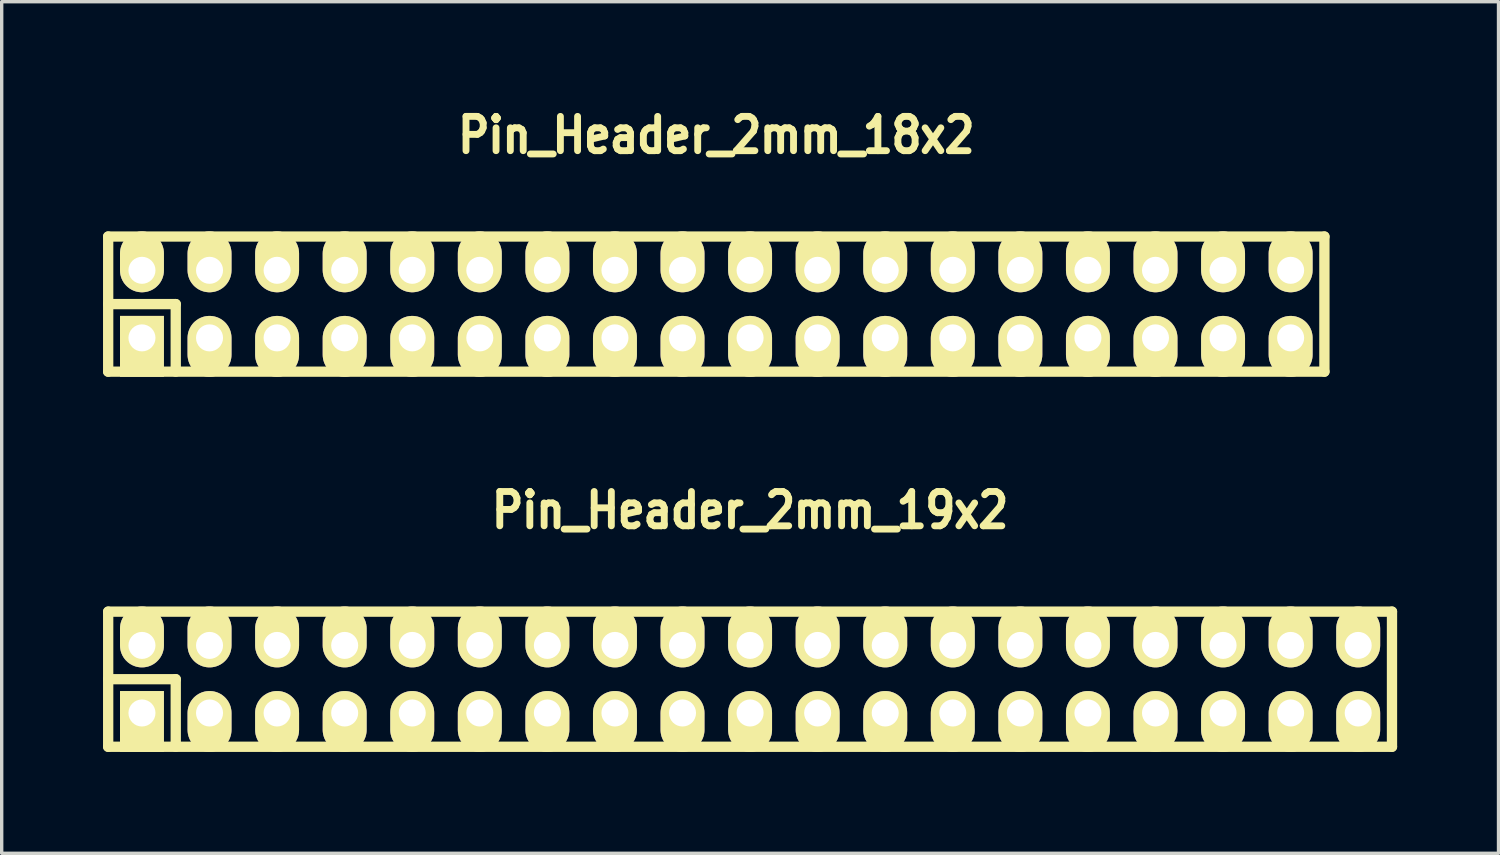
<source format=kicad_pcb>
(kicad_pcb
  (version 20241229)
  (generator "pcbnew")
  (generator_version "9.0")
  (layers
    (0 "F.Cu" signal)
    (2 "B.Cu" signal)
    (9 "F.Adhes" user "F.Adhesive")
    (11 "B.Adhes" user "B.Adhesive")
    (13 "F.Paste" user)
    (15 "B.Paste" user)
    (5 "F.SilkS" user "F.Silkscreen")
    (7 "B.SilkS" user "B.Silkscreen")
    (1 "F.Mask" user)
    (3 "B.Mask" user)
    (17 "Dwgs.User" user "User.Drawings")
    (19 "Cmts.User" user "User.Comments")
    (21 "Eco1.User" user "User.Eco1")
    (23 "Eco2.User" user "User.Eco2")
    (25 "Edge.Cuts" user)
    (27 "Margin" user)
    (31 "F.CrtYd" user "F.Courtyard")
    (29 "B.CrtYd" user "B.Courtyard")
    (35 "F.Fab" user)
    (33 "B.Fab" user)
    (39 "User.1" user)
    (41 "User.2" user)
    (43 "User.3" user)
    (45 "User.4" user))
  (footprint "Pin_Header_2mm_18x2"
    (layer "F.Cu")
    (at 18.152 5.951)
    (property "Reference" "Pin_Header_2mm_18x2" (at 0 -5 0) (layer "F.SilkS") (effects (font (size 1.016 0.889) (thickness 0.203))))
    (attr through_hole)
    (fp_line (start -18 -2) (end 18 -2) (stroke (width 0.305) (type solid)) (layer "F.SilkS"))
    (fp_line (start -18 0) (end -16 0) (stroke (width 0.305) (type solid)) (layer "F.SilkS"))
    (fp_line (start -18 2) (end -18 -2) (stroke (width 0.305) (type solid)) (layer "F.SilkS"))
    (fp_line (start -16 0) (end -16 2) (stroke (width 0.305) (type solid)) (layer "F.SilkS"))
    (fp_line (start 18 -2) (end 18 2) (stroke (width 0.305) (type solid)) (layer "F.SilkS"))
    (fp_line (start 18 2) (end -18 2) (stroke (width 0.305) (type solid)) (layer "F.SilkS"))
    (pad "1" thru_hole rect (at -17 1) (size 1.3 1.8) (drill 0.8 (offset 0 0.25)) (layers "*.Cu" "*.Mask" "F.SilkS"))
    (pad "2" thru_hole oval (at -17 -1) (size 1.3 1.8) (drill 0.8 (offset 0 -0.25)) (layers "*.Cu" "*.Mask" "F.SilkS"))
    (pad "3" thru_hole oval (at -15 1) (size 1.3 1.8) (drill 0.8 (offset 0 0.25)) (layers "*.Cu" "*.Mask" "F.SilkS"))
    (pad "4" thru_hole oval (at -15 -1) (size 1.3 1.8) (drill 0.8 (offset 0 -0.25)) (layers "*.Cu" "*.Mask" "F.SilkS"))
    (pad "5" thru_hole oval (at -13 1) (size 1.3 1.8) (drill 0.8 (offset 0 0.25)) (layers "*.Cu" "*.Mask" "F.SilkS"))
    (pad "6" thru_hole oval (at -13 -1) (size 1.3 1.8) (drill 0.8 (offset 0 -0.25)) (layers "*.Cu" "*.Mask" "F.SilkS"))
    (pad "7" thru_hole oval (at -11 1) (size 1.3 1.8) (drill 0.8 (offset 0 0.25)) (layers "*.Cu" "*.Mask" "F.SilkS"))
    (pad "8" thru_hole oval (at -11 -1) (size 1.3 1.8) (drill 0.8 (offset 0 -0.25)) (layers "*.Cu" "*.Mask" "F.SilkS"))
    (pad "9" thru_hole oval (at -9 1) (size 1.3 1.8) (drill 0.8 (offset 0 0.25)) (layers "*.Cu" "*.Mask" "F.SilkS"))
    (pad "10" thru_hole oval (at -9 -1) (size 1.3 1.8) (drill 0.8 (offset 0 -0.25)) (layers "*.Cu" "*.Mask" "F.SilkS"))
    (pad "11" thru_hole oval (at -7 1) (size 1.3 1.8) (drill 0.8 (offset 0 0.25)) (layers "*.Cu" "*.Mask" "F.SilkS"))
    (pad "12" thru_hole oval (at -7 -1) (size 1.3 1.8) (drill 0.8 (offset 0 -0.25)) (layers "*.Cu" "*.Mask" "F.SilkS"))
    (pad "13" thru_hole oval (at -5 1) (size 1.3 1.8) (drill 0.8 (offset 0 0.25)) (layers "*.Cu" "*.Mask" "F.SilkS"))
    (pad "14" thru_hole oval (at -5 -1) (size 1.3 1.8) (drill 0.8 (offset 0 -0.25)) (layers "*.Cu" "*.Mask" "F.SilkS"))
    (pad "15" thru_hole oval (at -3 1) (size 1.3 1.8) (drill 0.8 (offset 0 0.25)) (layers "*.Cu" "*.Mask" "F.SilkS"))
    (pad "16" thru_hole oval (at -3 -1) (size 1.3 1.8) (drill 0.8 (offset 0 -0.25)) (layers "*.Cu" "*.Mask" "F.SilkS"))
    (pad "17" thru_hole oval (at -1 1) (size 1.3 1.8) (drill 0.8 (offset 0 0.25)) (layers "*.Cu" "*.Mask" "F.SilkS"))
    (pad "18" thru_hole oval (at -1 -1) (size 1.3 1.8) (drill 0.8 (offset 0 -0.25)) (layers "*.Cu" "*.Mask" "F.SilkS"))
    (pad "19" thru_hole oval (at 1 1) (size 1.3 1.8) (drill 0.8 (offset 0 0.25)) (layers "*.Cu" "*.Mask" "F.SilkS"))
    (pad "20" thru_hole oval (at 1 -1) (size 1.3 1.8) (drill 0.8 (offset 0 -0.25)) (layers "*.Cu" "*.Mask" "F.SilkS"))
    (pad "21" thru_hole oval (at 3 1) (size 1.3 1.8) (drill 0.8 (offset 0 0.25)) (layers "*.Cu" "*.Mask" "F.SilkS"))
    (pad "22" thru_hole oval (at 3 -1) (size 1.3 1.8) (drill 0.8 (offset 0 -0.25)) (layers "*.Cu" "*.Mask" "F.SilkS"))
    (pad "23" thru_hole oval (at 5 1) (size 1.3 1.8) (drill 0.8 (offset 0 0.25)) (layers "*.Cu" "*.Mask" "F.SilkS"))
    (pad "24" thru_hole oval (at 5 -1) (size 1.3 1.8) (drill 0.8 (offset 0 -0.25)) (layers "*.Cu" "*.Mask" "F.SilkS"))
    (pad "25" thru_hole oval (at 7 1) (size 1.3 1.8) (drill 0.8 (offset 0 0.25)) (layers "*.Cu" "*.Mask" "F.SilkS"))
    (pad "26" thru_hole oval (at 7 -1) (size 1.3 1.8) (drill 0.8 (offset 0 -0.25)) (layers "*.Cu" "*.Mask" "F.SilkS"))
    (pad "27" thru_hole oval (at 9 1) (size 1.3 1.8) (drill 0.8 (offset 0 0.25)) (layers "*.Cu" "*.Mask" "F.SilkS"))
    (pad "28" thru_hole oval (at 9 -1) (size 1.3 1.8) (drill 0.8 (offset 0 -0.25)) (layers "*.Cu" "*.Mask" "F.SilkS"))
    (pad "29" thru_hole oval (at 11 1) (size 1.3 1.8) (drill 0.8 (offset 0 0.25)) (layers "*.Cu" "*.Mask" "F.SilkS"))
    (pad "30" thru_hole oval (at 11 -1) (size 1.3 1.8) (drill 0.8 (offset 0 -0.25)) (layers "*.Cu" "*.Mask" "F.SilkS"))
    (pad "31" thru_hole oval (at 13 1) (size 1.3 1.8) (drill 0.8 (offset 0 0.25)) (layers "*.Cu" "*.Mask" "F.SilkS"))
    (pad "32" thru_hole oval (at 13 -1) (size 1.3 1.8) (drill 0.8 (offset 0 -0.25)) (layers "*.Cu" "*.Mask" "F.SilkS"))
    (pad "33" thru_hole oval (at 15 1) (size 1.3 1.8) (drill 0.8 (offset 0 0.25)) (layers "*.Cu" "*.Mask" "F.SilkS"))
    (pad "34" thru_hole oval (at 15 -1) (size 1.3 1.8) (drill 0.8 (offset 0 -0.25)) (layers "*.Cu" "*.Mask" "F.SilkS"))
    (pad "35" thru_hole oval (at 17 1) (size 1.3 1.8) (drill 0.8 (offset 0 0.25)) (layers "*.Cu" "*.Mask" "F.SilkS"))
    (pad "36" thru_hole oval (at 17 -1) (size 1.3 1.8) (drill 0.8 (offset 0 -0.25)) (layers "*.Cu" "*.Mask" "F.SilkS")))
  (footprint "Pin_Header_2mm_19x2"
    (layer "F.Cu")
    (at 19.152 17.054)
    (property "Reference" "Pin_Header_2mm_19x2" (at 0 -5 0) (layer "F.SilkS") (effects (font (size 1.016 0.889) (thickness 0.203))))
    (attr through_hole)
    (fp_line (start -19 -2) (end 19 -2) (stroke (width 0.305) (type solid)) (layer "F.SilkS"))
    (fp_line (start -19 0) (end -17 0) (stroke (width 0.305) (type solid)) (layer "F.SilkS"))
    (fp_line (start -19 2) (end -19 -2) (stroke (width 0.305) (type solid)) (layer "F.SilkS"))
    (fp_line (start -17 0) (end -17 2) (stroke (width 0.305) (type solid)) (layer "F.SilkS"))
    (fp_line (start 19 -2) (end 19 2) (stroke (width 0.305) (type solid)) (layer "F.SilkS"))
    (fp_line (start 19 2) (end -19 2) (stroke (width 0.305) (type solid)) (layer "F.SilkS"))
    (pad "1" thru_hole rect (at -18 1) (size 1.3 1.8) (drill 0.8 (offset 0 0.25)) (layers "*.Cu" "*.Mask" "F.SilkS"))
    (pad "2" thru_hole oval (at -18 -1) (size 1.3 1.8) (drill 0.8 (offset 0 -0.25)) (layers "*.Cu" "*.Mask" "F.SilkS"))
    (pad "3" thru_hole oval (at -16 1) (size 1.3 1.8) (drill 0.8 (offset 0 0.25)) (layers "*.Cu" "*.Mask" "F.SilkS"))
    (pad "4" thru_hole oval (at -16 -1) (size 1.3 1.8) (drill 0.8 (offset 0 -0.25)) (layers "*.Cu" "*.Mask" "F.SilkS"))
    (pad "5" thru_hole oval (at -14 1) (size 1.3 1.8) (drill 0.8 (offset 0 0.25)) (layers "*.Cu" "*.Mask" "F.SilkS"))
    (pad "6" thru_hole oval (at -14 -1) (size 1.3 1.8) (drill 0.8 (offset 0 -0.25)) (layers "*.Cu" "*.Mask" "F.SilkS"))
    (pad "7" thru_hole oval (at -12 1) (size 1.3 1.8) (drill 0.8 (offset 0 0.25)) (layers "*.Cu" "*.Mask" "F.SilkS"))
    (pad "8" thru_hole oval (at -12 -1) (size 1.3 1.8) (drill 0.8 (offset 0 -0.25)) (layers "*.Cu" "*.Mask" "F.SilkS"))
    (pad "9" thru_hole oval (at -10 1) (size 1.3 1.8) (drill 0.8 (offset 0 0.25)) (layers "*.Cu" "*.Mask" "F.SilkS"))
    (pad "10" thru_hole oval (at -10 -1) (size 1.3 1.8) (drill 0.8 (offset 0 -0.25)) (layers "*.Cu" "*.Mask" "F.SilkS"))
    (pad "11" thru_hole oval (at -8 1) (size 1.3 1.8) (drill 0.8 (offset 0 0.25)) (layers "*.Cu" "*.Mask" "F.SilkS"))
    (pad "12" thru_hole oval (at -8 -1) (size 1.3 1.8) (drill 0.8 (offset 0 -0.25)) (layers "*.Cu" "*.Mask" "F.SilkS"))
    (pad "13" thru_hole oval (at -6 1) (size 1.3 1.8) (drill 0.8 (offset 0 0.25)) (layers "*.Cu" "*.Mask" "F.SilkS"))
    (pad "14" thru_hole oval (at -6 -1) (size 1.3 1.8) (drill 0.8 (offset 0 -0.25)) (layers "*.Cu" "*.Mask" "F.SilkS"))
    (pad "15" thru_hole oval (at -4 1) (size 1.3 1.8) (drill 0.8 (offset 0 0.25)) (layers "*.Cu" "*.Mask" "F.SilkS"))
    (pad "16" thru_hole oval (at -4 -1) (size 1.3 1.8) (drill 0.8 (offset 0 -0.25)) (layers "*.Cu" "*.Mask" "F.SilkS"))
    (pad "17" thru_hole oval (at -2 1) (size 1.3 1.8) (drill 0.8 (offset 0 0.25)) (layers "*.Cu" "*.Mask" "F.SilkS"))
    (pad "18" thru_hole oval (at -2 -1) (size 1.3 1.8) (drill 0.8 (offset 0 -0.25)) (layers "*.Cu" "*.Mask" "F.SilkS"))
    (pad "19" thru_hole oval (at 0 1) (size 1.3 1.8) (drill 0.8 (offset 0 0.25)) (layers "*.Cu" "*.Mask" "F.SilkS"))
    (pad "20" thru_hole oval (at 0 -1) (size 1.3 1.8) (drill 0.8 (offset 0 -0.25)) (layers "*.Cu" "*.Mask" "F.SilkS"))
    (pad "21" thru_hole oval (at 2 1) (size 1.3 1.8) (drill 0.8 (offset 0 0.25)) (layers "*.Cu" "*.Mask" "F.SilkS"))
    (pad "22" thru_hole oval (at 2 -1) (size 1.3 1.8) (drill 0.8 (offset 0 -0.25)) (layers "*.Cu" "*.Mask" "F.SilkS"))
    (pad "23" thru_hole oval (at 4 1) (size 1.3 1.8) (drill 0.8 (offset 0 0.25)) (layers "*.Cu" "*.Mask" "F.SilkS"))
    (pad "24" thru_hole oval (at 4 -1) (size 1.3 1.8) (drill 0.8 (offset 0 -0.25)) (layers "*.Cu" "*.Mask" "F.SilkS"))
    (pad "25" thru_hole oval (at 6 1) (size 1.3 1.8) (drill 0.8 (offset 0 0.25)) (layers "*.Cu" "*.Mask" "F.SilkS"))
    (pad "26" thru_hole oval (at 6 -1) (size 1.3 1.8) (drill 0.8 (offset 0 -0.25)) (layers "*.Cu" "*.Mask" "F.SilkS"))
    (pad "27" thru_hole oval (at 8 1) (size 1.3 1.8) (drill 0.8 (offset 0 0.25)) (layers "*.Cu" "*.Mask" "F.SilkS"))
    (pad "28" thru_hole oval (at 8 -1) (size 1.3 1.8) (drill 0.8 (offset 0 -0.25)) (layers "*.Cu" "*.Mask" "F.SilkS"))
    (pad "29" thru_hole oval (at 10 1) (size 1.3 1.8) (drill 0.8 (offset 0 0.25)) (layers "*.Cu" "*.Mask" "F.SilkS"))
    (pad "30" thru_hole oval (at 10 -1) (size 1.3 1.8) (drill 0.8 (offset 0 -0.25)) (layers "*.Cu" "*.Mask" "F.SilkS"))
    (pad "31" thru_hole oval (at 12 1) (size 1.3 1.8) (drill 0.8 (offset 0 0.25)) (layers "*.Cu" "*.Mask" "F.SilkS"))
    (pad "32" thru_hole oval (at 12 -1) (size 1.3 1.8) (drill 0.8 (offset 0 -0.25)) (layers "*.Cu" "*.Mask" "F.SilkS"))
    (pad "33" thru_hole oval (at 14 1) (size 1.3 1.8) (drill 0.8 (offset 0 0.25)) (layers "*.Cu" "*.Mask" "F.SilkS"))
    (pad "34" thru_hole oval (at 14 -1) (size 1.3 1.8) (drill 0.8 (offset 0 -0.25)) (layers "*.Cu" "*.Mask" "F.SilkS"))
    (pad "35" thru_hole oval (at 16 1) (size 1.3 1.8) (drill 0.8 (offset 0 0.25)) (layers "*.Cu" "*.Mask" "F.SilkS"))
    (pad "36" thru_hole oval (at 16 -1) (size 1.3 1.8) (drill 0.8 (offset 0 -0.25)) (layers "*.Cu" "*.Mask" "F.SilkS"))
    (pad "37" thru_hole oval (at 18 1) (size 1.3 1.8) (drill 0.8 (offset 0 0.25)) (layers "*.Cu" "*.Mask" "F.SilkS"))
    (pad "38" thru_hole oval (at 18 -1) (size 1.3 1.8) (drill 0.8 (offset 0 -0.25)) (layers "*.Cu" "*.Mask" "F.SilkS")))
  (gr_rect
    (start -3 -3)
    (end 41.305 22.207)
    (stroke (width 0.1) (type default))
    (fill no)
    (layer "Edge.Cuts")))
</source>
